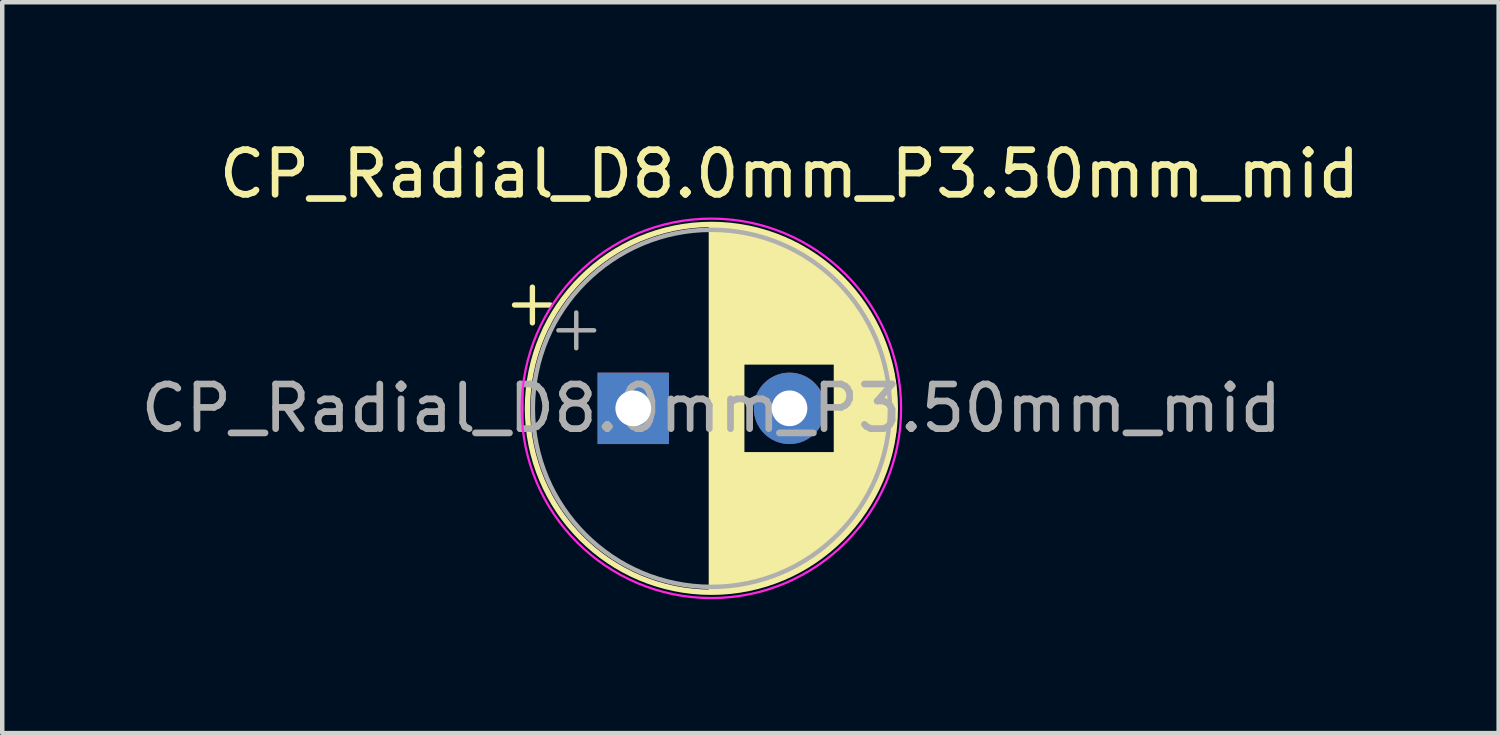
<source format=kicad_pcb>
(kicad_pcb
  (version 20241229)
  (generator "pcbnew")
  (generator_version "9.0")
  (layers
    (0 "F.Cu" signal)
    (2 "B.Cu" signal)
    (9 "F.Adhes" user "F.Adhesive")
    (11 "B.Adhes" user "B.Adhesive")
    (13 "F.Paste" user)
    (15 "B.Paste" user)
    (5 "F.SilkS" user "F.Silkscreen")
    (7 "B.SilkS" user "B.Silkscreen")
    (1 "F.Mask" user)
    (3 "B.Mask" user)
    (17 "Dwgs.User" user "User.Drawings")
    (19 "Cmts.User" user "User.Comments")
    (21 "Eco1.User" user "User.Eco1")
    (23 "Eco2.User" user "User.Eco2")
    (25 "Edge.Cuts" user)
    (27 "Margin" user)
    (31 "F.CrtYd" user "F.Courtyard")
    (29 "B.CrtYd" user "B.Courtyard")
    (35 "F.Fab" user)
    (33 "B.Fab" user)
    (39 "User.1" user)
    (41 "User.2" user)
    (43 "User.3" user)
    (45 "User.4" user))
  (footprint "CP_Radial_D8.0mm_P3.50mm_mid"
    (layer "F.Cu")
    (at 12.887 6.098)
    (property "Reference" "CP_Radial_D8.0mm_P3.50mm_mid" (at 1.75 -5.25 0) (layer "F.SilkS") (effects (font (size 1 1) (thickness 0.15))))
    (attr smd)
    (fp_line (start -4.41 -2.315) (end -3.61 -2.315) (stroke (width 0.12) (type solid)) (layer "F.SilkS"))
    (fp_line (start -4.01 -2.715) (end -4.01 -1.915) (stroke (width 0.12) (type solid)) (layer "F.SilkS"))
    (fp_line (start 0 -4.08) (end 0 4.08) (stroke (width 0.12) (type solid)) (layer "F.SilkS"))
    (fp_line (start 0.04 -4.08) (end 0.04 4.08) (stroke (width 0.12) (type solid)) (layer "F.SilkS"))
    (fp_line (start 0.08 -4.08) (end 0.08 4.08) (stroke (width 0.12) (type solid)) (layer "F.SilkS"))
    (fp_line (start 0.12 -4.079) (end 0.12 4.079) (stroke (width 0.12) (type solid)) (layer "F.SilkS"))
    (fp_line (start 0.16 -4.077) (end 0.16 4.077) (stroke (width 0.12) (type solid)) (layer "F.SilkS"))
    (fp_line (start 0.2 -4.076) (end 0.2 4.076) (stroke (width 0.12) (type solid)) (layer "F.SilkS"))
    (fp_line (start 0.24 -4.074) (end 0.24 4.074) (stroke (width 0.12) (type solid)) (layer "F.SilkS"))
    (fp_line (start 0.28 -4.071) (end 0.28 4.071) (stroke (width 0.12) (type solid)) (layer "F.SilkS"))
    (fp_line (start 0.32 -4.068) (end 0.32 4.068) (stroke (width 0.12) (type solid)) (layer "F.SilkS"))
    (fp_line (start 0.36 -4.065) (end 0.36 4.065) (stroke (width 0.12) (type solid)) (layer "F.SilkS"))
    (fp_line (start 0.4 -4.061) (end 0.4 4.061) (stroke (width 0.12) (type solid)) (layer "F.SilkS"))
    (fp_line (start 0.44 -4.057) (end 0.44 4.057) (stroke (width 0.12) (type solid)) (layer "F.SilkS"))
    (fp_line (start 0.48 -4.052) (end 0.48 4.052) (stroke (width 0.12) (type solid)) (layer "F.SilkS"))
    (fp_line (start 0.52 -4.048) (end 0.52 4.048) (stroke (width 0.12) (type solid)) (layer "F.SilkS"))
    (fp_line (start 0.56 -4.042) (end 0.56 4.042) (stroke (width 0.12) (type solid)) (layer "F.SilkS"))
    (fp_line (start 0.6 -4.037) (end 0.6 4.037) (stroke (width 0.12) (type solid)) (layer "F.SilkS"))
    (fp_line (start 0.64 -4.03) (end 0.64 4.03) (stroke (width 0.12) (type solid)) (layer "F.SilkS"))
    (fp_line (start 0.68 -4.024) (end 0.68 4.024) (stroke (width 0.12) (type solid)) (layer "F.SilkS"))
    (fp_line (start 0.721 -4.017) (end 0.721 -1.04) (stroke (width 0.12) (type solid)) (layer "F.SilkS"))
    (fp_line (start 0.721 1.04) (end 0.721 4.017) (stroke (width 0.12) (type solid)) (layer "F.SilkS"))
    (fp_line (start 0.761 -4.01) (end 0.761 -1.04) (stroke (width 0.12) (type solid)) (layer "F.SilkS"))
    (fp_line (start 0.761 1.04) (end 0.761 4.01) (stroke (width 0.12) (type solid)) (layer "F.SilkS"))
    (fp_line (start 0.801 -4.002) (end 0.801 -1.04) (stroke (width 0.12) (type solid)) (layer "F.SilkS"))
    (fp_line (start 0.801 1.04) (end 0.801 4.002) (stroke (width 0.12) (type solid)) (layer "F.SilkS"))
    (fp_line (start 0.841 -3.994) (end 0.841 -1.04) (stroke (width 0.12) (type solid)) (layer "F.SilkS"))
    (fp_line (start 0.841 1.04) (end 0.841 3.994) (stroke (width 0.12) (type solid)) (layer "F.SilkS"))
    (fp_line (start 0.881 -3.985) (end 0.881 -1.04) (stroke (width 0.12) (type solid)) (layer "F.SilkS"))
    (fp_line (start 0.881 1.04) (end 0.881 3.985) (stroke (width 0.12) (type solid)) (layer "F.SilkS"))
    (fp_line (start 0.921 -3.976) (end 0.921 -1.04) (stroke (width 0.12) (type solid)) (layer "F.SilkS"))
    (fp_line (start 0.921 1.04) (end 0.921 3.976) (stroke (width 0.12) (type solid)) (layer "F.SilkS"))
    (fp_line (start 0.961 -3.967) (end 0.961 -1.04) (stroke (width 0.12) (type solid)) (layer "F.SilkS"))
    (fp_line (start 0.961 1.04) (end 0.961 3.967) (stroke (width 0.12) (type solid)) (layer "F.SilkS"))
    (fp_line (start 1.001 -3.957) (end 1.001 -1.04) (stroke (width 0.12) (type solid)) (layer "F.SilkS"))
    (fp_line (start 1.001 1.04) (end 1.001 3.957) (stroke (width 0.12) (type solid)) (layer "F.SilkS"))
    (fp_line (start 1.041 -3.947) (end 1.041 -1.04) (stroke (width 0.12) (type solid)) (layer "F.SilkS"))
    (fp_line (start 1.041 1.04) (end 1.041 3.947) (stroke (width 0.12) (type solid)) (layer "F.SilkS"))
    (fp_line (start 1.081 -3.936) (end 1.081 -1.04) (stroke (width 0.12) (type solid)) (layer "F.SilkS"))
    (fp_line (start 1.081 1.04) (end 1.081 3.936) (stroke (width 0.12) (type solid)) (layer "F.SilkS"))
    (fp_line (start 1.121 -3.925) (end 1.121 -1.04) (stroke (width 0.12) (type solid)) (layer "F.SilkS"))
    (fp_line (start 1.121 1.04) (end 1.121 3.925) (stroke (width 0.12) (type solid)) (layer "F.SilkS"))
    (fp_line (start 1.161 -3.914) (end 1.161 -1.04) (stroke (width 0.12) (type solid)) (layer "F.SilkS"))
    (fp_line (start 1.161 1.04) (end 1.161 3.914) (stroke (width 0.12) (type solid)) (layer "F.SilkS"))
    (fp_line (start 1.201 -3.902) (end 1.201 -1.04) (stroke (width 0.12) (type solid)) (layer "F.SilkS"))
    (fp_line (start 1.201 1.04) (end 1.201 3.902) (stroke (width 0.12) (type solid)) (layer "F.SilkS"))
    (fp_line (start 1.241 -3.889) (end 1.241 -1.04) (stroke (width 0.12) (type solid)) (layer "F.SilkS"))
    (fp_line (start 1.241 1.04) (end 1.241 3.889) (stroke (width 0.12) (type solid)) (layer "F.SilkS"))
    (fp_line (start 1.281 -3.877) (end 1.281 -1.04) (stroke (width 0.12) (type solid)) (layer "F.SilkS"))
    (fp_line (start 1.281 1.04) (end 1.281 3.877) (stroke (width 0.12) (type solid)) (layer "F.SilkS"))
    (fp_line (start 1.321 -3.863) (end 1.321 -1.04) (stroke (width 0.12) (type solid)) (layer "F.SilkS"))
    (fp_line (start 1.321 1.04) (end 1.321 3.863) (stroke (width 0.12) (type solid)) (layer "F.SilkS"))
    (fp_line (start 1.361 -3.85) (end 1.361 -1.04) (stroke (width 0.12) (type solid)) (layer "F.SilkS"))
    (fp_line (start 1.361 1.04) (end 1.361 3.85) (stroke (width 0.12) (type solid)) (layer "F.SilkS"))
    (fp_line (start 1.401 -3.835) (end 1.401 -1.04) (stroke (width 0.12) (type solid)) (layer "F.SilkS"))
    (fp_line (start 1.401 1.04) (end 1.401 3.835) (stroke (width 0.12) (type solid)) (layer "F.SilkS"))
    (fp_line (start 1.441 -3.821) (end 1.441 -1.04) (stroke (width 0.12) (type solid)) (layer "F.SilkS"))
    (fp_line (start 1.441 1.04) (end 1.441 3.821) (stroke (width 0.12) (type solid)) (layer "F.SilkS"))
    (fp_line (start 1.481 -3.805) (end 1.481 -1.04) (stroke (width 0.12) (type solid)) (layer "F.SilkS"))
    (fp_line (start 1.481 1.04) (end 1.481 3.805) (stroke (width 0.12) (type solid)) (layer "F.SilkS"))
    (fp_line (start 1.521 -3.79) (end 1.521 -1.04) (stroke (width 0.12) (type solid)) (layer "F.SilkS"))
    (fp_line (start 1.521 1.04) (end 1.521 3.79) (stroke (width 0.12) (type solid)) (layer "F.SilkS"))
    (fp_line (start 1.561 -3.774) (end 1.561 -1.04) (stroke (width 0.12) (type solid)) (layer "F.SilkS"))
    (fp_line (start 1.561 1.04) (end 1.561 3.774) (stroke (width 0.12) (type solid)) (layer "F.SilkS"))
    (fp_line (start 1.601 -3.757) (end 1.601 -1.04) (stroke (width 0.12) (type solid)) (layer "F.SilkS"))
    (fp_line (start 1.601 1.04) (end 1.601 3.757) (stroke (width 0.12) (type solid)) (layer "F.SilkS"))
    (fp_line (start 1.641 -3.74) (end 1.641 -1.04) (stroke (width 0.12) (type solid)) (layer "F.SilkS"))
    (fp_line (start 1.641 1.04) (end 1.641 3.74) (stroke (width 0.12) (type solid)) (layer "F.SilkS"))
    (fp_line (start 1.681 -3.722) (end 1.681 -1.04) (stroke (width 0.12) (type solid)) (layer "F.SilkS"))
    (fp_line (start 1.681 1.04) (end 1.681 3.722) (stroke (width 0.12) (type solid)) (layer "F.SilkS"))
    (fp_line (start 1.721 -3.704) (end 1.721 -1.04) (stroke (width 0.12) (type solid)) (layer "F.SilkS"))
    (fp_line (start 1.721 1.04) (end 1.721 3.704) (stroke (width 0.12) (type solid)) (layer "F.SilkS"))
    (fp_line (start 1.761 -3.686) (end 1.761 -1.04) (stroke (width 0.12) (type solid)) (layer "F.SilkS"))
    (fp_line (start 1.761 1.04) (end 1.761 3.686) (stroke (width 0.12) (type solid)) (layer "F.SilkS"))
    (fp_line (start 1.801 -3.666) (end 1.801 -1.04) (stroke (width 0.12) (type solid)) (layer "F.SilkS"))
    (fp_line (start 1.801 1.04) (end 1.801 3.666) (stroke (width 0.12) (type solid)) (layer "F.SilkS"))
    (fp_line (start 1.841 -3.647) (end 1.841 -1.04) (stroke (width 0.12) (type solid)) (layer "F.SilkS"))
    (fp_line (start 1.841 1.04) (end 1.841 3.647) (stroke (width 0.12) (type solid)) (layer "F.SilkS"))
    (fp_line (start 1.881 -3.627) (end 1.881 -1.04) (stroke (width 0.12) (type solid)) (layer "F.SilkS"))
    (fp_line (start 1.881 1.04) (end 1.881 3.627) (stroke (width 0.12) (type solid)) (layer "F.SilkS"))
    (fp_line (start 1.921 -3.606) (end 1.921 -1.04) (stroke (width 0.12) (type solid)) (layer "F.SilkS"))
    (fp_line (start 1.921 1.04) (end 1.921 3.606) (stroke (width 0.12) (type solid)) (layer "F.SilkS"))
    (fp_line (start 1.961 -3.584) (end 1.961 -1.04) (stroke (width 0.12) (type solid)) (layer "F.SilkS"))
    (fp_line (start 1.961 1.04) (end 1.961 3.584) (stroke (width 0.12) (type solid)) (layer "F.SilkS"))
    (fp_line (start 2.001 -3.562) (end 2.001 -1.04) (stroke (width 0.12) (type solid)) (layer "F.SilkS"))
    (fp_line (start 2.001 1.04) (end 2.001 3.562) (stroke (width 0.12) (type solid)) (layer "F.SilkS"))
    (fp_line (start 2.041 -3.54) (end 2.041 -1.04) (stroke (width 0.12) (type solid)) (layer "F.SilkS"))
    (fp_line (start 2.041 1.04) (end 2.041 3.54) (stroke (width 0.12) (type solid)) (layer "F.SilkS"))
    (fp_line (start 2.081 -3.517) (end 2.081 -1.04) (stroke (width 0.12) (type solid)) (layer "F.SilkS"))
    (fp_line (start 2.081 1.04) (end 2.081 3.517) (stroke (width 0.12) (type solid)) (layer "F.SilkS"))
    (fp_line (start 2.121 -3.493) (end 2.121 -1.04) (stroke (width 0.12) (type solid)) (layer "F.SilkS"))
    (fp_line (start 2.121 1.04) (end 2.121 3.493) (stroke (width 0.12) (type solid)) (layer "F.SilkS"))
    (fp_line (start 2.161 -3.469) (end 2.161 -1.04) (stroke (width 0.12) (type solid)) (layer "F.SilkS"))
    (fp_line (start 2.161 1.04) (end 2.161 3.469) (stroke (width 0.12) (type solid)) (layer "F.SilkS"))
    (fp_line (start 2.201 -3.444) (end 2.201 -1.04) (stroke (width 0.12) (type solid)) (layer "F.SilkS"))
    (fp_line (start 2.201 1.04) (end 2.201 3.444) (stroke (width 0.12) (type solid)) (layer "F.SilkS"))
    (fp_line (start 2.241 -3.418) (end 2.241 -1.04) (stroke (width 0.12) (type solid)) (layer "F.SilkS"))
    (fp_line (start 2.241 1.04) (end 2.241 3.418) (stroke (width 0.12) (type solid)) (layer "F.SilkS"))
    (fp_line (start 2.281 -3.392) (end 2.281 -1.04) (stroke (width 0.12) (type solid)) (layer "F.SilkS"))
    (fp_line (start 2.281 1.04) (end 2.281 3.392) (stroke (width 0.12) (type solid)) (layer "F.SilkS"))
    (fp_line (start 2.321 -3.365) (end 2.321 -1.04) (stroke (width 0.12) (type solid)) (layer "F.SilkS"))
    (fp_line (start 2.321 1.04) (end 2.321 3.365) (stroke (width 0.12) (type solid)) (layer "F.SilkS"))
    (fp_line (start 2.361 -3.338) (end 2.361 -1.04) (stroke (width 0.12) (type solid)) (layer "F.SilkS"))
    (fp_line (start 2.361 1.04) (end 2.361 3.338) (stroke (width 0.12) (type solid)) (layer "F.SilkS"))
    (fp_line (start 2.401 -3.309) (end 2.401 -1.04) (stroke (width 0.12) (type solid)) (layer "F.SilkS"))
    (fp_line (start 2.401 1.04) (end 2.401 3.309) (stroke (width 0.12) (type solid)) (layer "F.SilkS"))
    (fp_line (start 2.441 -3.28) (end 2.441 -1.04) (stroke (width 0.12) (type solid)) (layer "F.SilkS"))
    (fp_line (start 2.441 1.04) (end 2.441 3.28) (stroke (width 0.12) (type solid)) (layer "F.SilkS"))
    (fp_line (start 2.481 -3.25) (end 2.481 -1.04) (stroke (width 0.12) (type solid)) (layer "F.SilkS"))
    (fp_line (start 2.481 1.04) (end 2.481 3.25) (stroke (width 0.12) (type solid)) (layer "F.SilkS"))
    (fp_line (start 2.521 -3.22) (end 2.521 -1.04) (stroke (width 0.12) (type solid)) (layer "F.SilkS"))
    (fp_line (start 2.521 1.04) (end 2.521 3.22) (stroke (width 0.12) (type solid)) (layer "F.SilkS"))
    (fp_line (start 2.561 -3.189) (end 2.561 -1.04) (stroke (width 0.12) (type solid)) (layer "F.SilkS"))
    (fp_line (start 2.561 1.04) (end 2.561 3.189) (stroke (width 0.12) (type solid)) (layer "F.SilkS"))
    (fp_line (start 2.601 -3.156) (end 2.601 -1.04) (stroke (width 0.12) (type solid)) (layer "F.SilkS"))
    (fp_line (start 2.601 1.04) (end 2.601 3.156) (stroke (width 0.12) (type solid)) (layer "F.SilkS"))
    (fp_line (start 2.641 -3.124) (end 2.641 -1.04) (stroke (width 0.12) (type solid)) (layer "F.SilkS"))
    (fp_line (start 2.641 1.04) (end 2.641 3.124) (stroke (width 0.12) (type solid)) (layer "F.SilkS"))
    (fp_line (start 2.681 -3.09) (end 2.681 -1.04) (stroke (width 0.12) (type solid)) (layer "F.SilkS"))
    (fp_line (start 2.681 1.04) (end 2.681 3.09) (stroke (width 0.12) (type solid)) (layer "F.SilkS"))
    (fp_line (start 2.721 -3.055) (end 2.721 -1.04) (stroke (width 0.12) (type solid)) (layer "F.SilkS"))
    (fp_line (start 2.721 1.04) (end 2.721 3.055) (stroke (width 0.12) (type solid)) (layer "F.SilkS"))
    (fp_line (start 2.761 -3.019) (end 2.761 -1.04) (stroke (width 0.12) (type solid)) (layer "F.SilkS"))
    (fp_line (start 2.761 1.04) (end 2.761 3.019) (stroke (width 0.12) (type solid)) (layer "F.SilkS"))
    (fp_line (start 2.801 -2.983) (end 2.801 2.983) (stroke (width 0.12) (type solid)) (layer "F.SilkS"))
    (fp_line (start 2.841 -2.945) (end 2.841 2.945) (stroke (width 0.12) (type solid)) (layer "F.SilkS"))
    (fp_line (start 2.881 -2.907) (end 2.881 2.907) (stroke (width 0.12) (type solid)) (layer "F.SilkS"))
    (fp_line (start 2.921 -2.867) (end 2.921 2.867) (stroke (width 0.12) (type solid)) (layer "F.SilkS"))
    (fp_line (start 2.961 -2.826) (end 2.961 2.826) (stroke (width 0.12) (type solid)) (layer "F.SilkS"))
    (fp_line (start 3.001 -2.784) (end 3.001 2.784) (stroke (width 0.12) (type solid)) (layer "F.SilkS"))
    (fp_line (start 3.041 -2.741) (end 3.041 2.741) (stroke (width 0.12) (type solid)) (layer "F.SilkS"))
    (fp_line (start 3.081 -2.697) (end 3.081 2.697) (stroke (width 0.12) (type solid)) (layer "F.SilkS"))
    (fp_line (start 3.121 -2.651) (end 3.121 2.651) (stroke (width 0.12) (type solid)) (layer "F.SilkS"))
    (fp_line (start 3.161 -2.604) (end 3.161 2.604) (stroke (width 0.12) (type solid)) (layer "F.SilkS"))
    (fp_line (start 3.201 -2.556) (end 3.201 2.556) (stroke (width 0.12) (type solid)) (layer "F.SilkS"))
    (fp_line (start 3.241 -2.505) (end 3.241 2.505) (stroke (width 0.12) (type solid)) (layer "F.SilkS"))
    (fp_line (start 3.281 -2.454) (end 3.281 2.454) (stroke (width 0.12) (type solid)) (layer "F.SilkS"))
    (fp_line (start 3.321 -2.4) (end 3.321 2.4) (stroke (width 0.12) (type solid)) (layer "F.SilkS"))
    (fp_line (start 3.361 -2.345) (end 3.361 2.345) (stroke (width 0.12) (type solid)) (layer "F.SilkS"))
    (fp_line (start 3.401 -2.287) (end 3.401 2.287) (stroke (width 0.12) (type solid)) (layer "F.SilkS"))
    (fp_line (start 3.441 -2.228) (end 3.441 2.228) (stroke (width 0.12) (type solid)) (layer "F.SilkS"))
    (fp_line (start 3.481 -2.166) (end 3.481 2.166) (stroke (width 0.12) (type solid)) (layer "F.SilkS"))
    (fp_line (start 3.521 -2.102) (end 3.521 2.102) (stroke (width 0.12) (type solid)) (layer "F.SilkS"))
    (fp_line (start 3.561 -2.034) (end 3.561 2.034) (stroke (width 0.12) (type solid)) (layer "F.SilkS"))
    (fp_line (start 3.601 -1.964) (end 3.601 1.964) (stroke (width 0.12) (type solid)) (layer "F.SilkS"))
    (fp_line (start 3.641 -1.89) (end 3.641 1.89) (stroke (width 0.12) (type solid)) (layer "F.SilkS"))
    (fp_line (start 3.681 -1.813) (end 3.681 1.813) (stroke (width 0.12) (type solid)) (layer "F.SilkS"))
    (fp_line (start 3.721 -1.731) (end 3.721 1.731) (stroke (width 0.12) (type solid)) (layer "F.SilkS"))
    (fp_line (start 3.761 -1.645) (end 3.761 1.645) (stroke (width 0.12) (type solid)) (layer "F.SilkS"))
    (fp_line (start 3.801 -1.552) (end 3.801 1.552) (stroke (width 0.12) (type solid)) (layer "F.SilkS"))
    (fp_line (start 3.841 -1.453) (end 3.841 1.453) (stroke (width 0.12) (type solid)) (layer "F.SilkS"))
    (fp_line (start 3.881 -1.346) (end 3.881 1.346) (stroke (width 0.12) (type solid)) (layer "F.SilkS"))
    (fp_line (start 3.921 -1.229) (end 3.921 1.229) (stroke (width 0.12) (type solid)) (layer "F.SilkS"))
    (fp_line (start 3.961 -1.098) (end 3.961 1.098) (stroke (width 0.12) (type solid)) (layer "F.SilkS"))
    (fp_line (start 4.001 -0.948) (end 4.001 0.948) (stroke (width 0.12) (type solid)) (layer "F.SilkS"))
    (fp_line (start 4.041 -0.768) (end 4.041 0.768) (stroke (width 0.12) (type solid)) (layer "F.SilkS"))
    (fp_line (start 4.081 -0.533) (end 4.081 0.533) (stroke (width 0.12) (type solid)) (layer "F.SilkS"))
    (fp_circle (center 0 0) (end 4.12 0) (stroke (width 0.12) (type solid)) (fill no) (layer "F.SilkS"))
    (fp_circle (center 0 0) (end 4.25 0) (stroke (width 0.05) (type solid)) (fill no) (layer "F.CrtYd"))
    (fp_line (start -3.427 -1.748) (end -2.627 -1.748) (stroke (width 0.1) (type solid)) (layer "F.Fab"))
    (fp_line (start -3.027 -2.147) (end -3.027 -1.347) (stroke (width 0.1) (type solid)) (layer "F.Fab"))
    (fp_circle (center 0 0) (end 4 0) (stroke (width 0.1) (type solid)) (fill no) (layer "F.Fab"))
    (fp_text user "${REFERENCE}" (at 0 0 0) (layer "F.Fab") (effects (font (size 1 1) (thickness 0.15))))
    (pad "1" thru_hole rect (at -1.75 0) (size 1.6 1.6) (drill 0.8) (layers "*.Cu" "*.Mask"))
    (pad "2" thru_hole circle (at 1.75 0) (size 1.6 1.6) (drill 0.8) (layers "*.Cu" "*.Mask")))
  (gr_rect
    (start -3 -3)
    (end 30.524 13.373)
    (stroke (width 0.1) (type default))
    (fill no)
    (layer "Edge.Cuts")))
</source>
